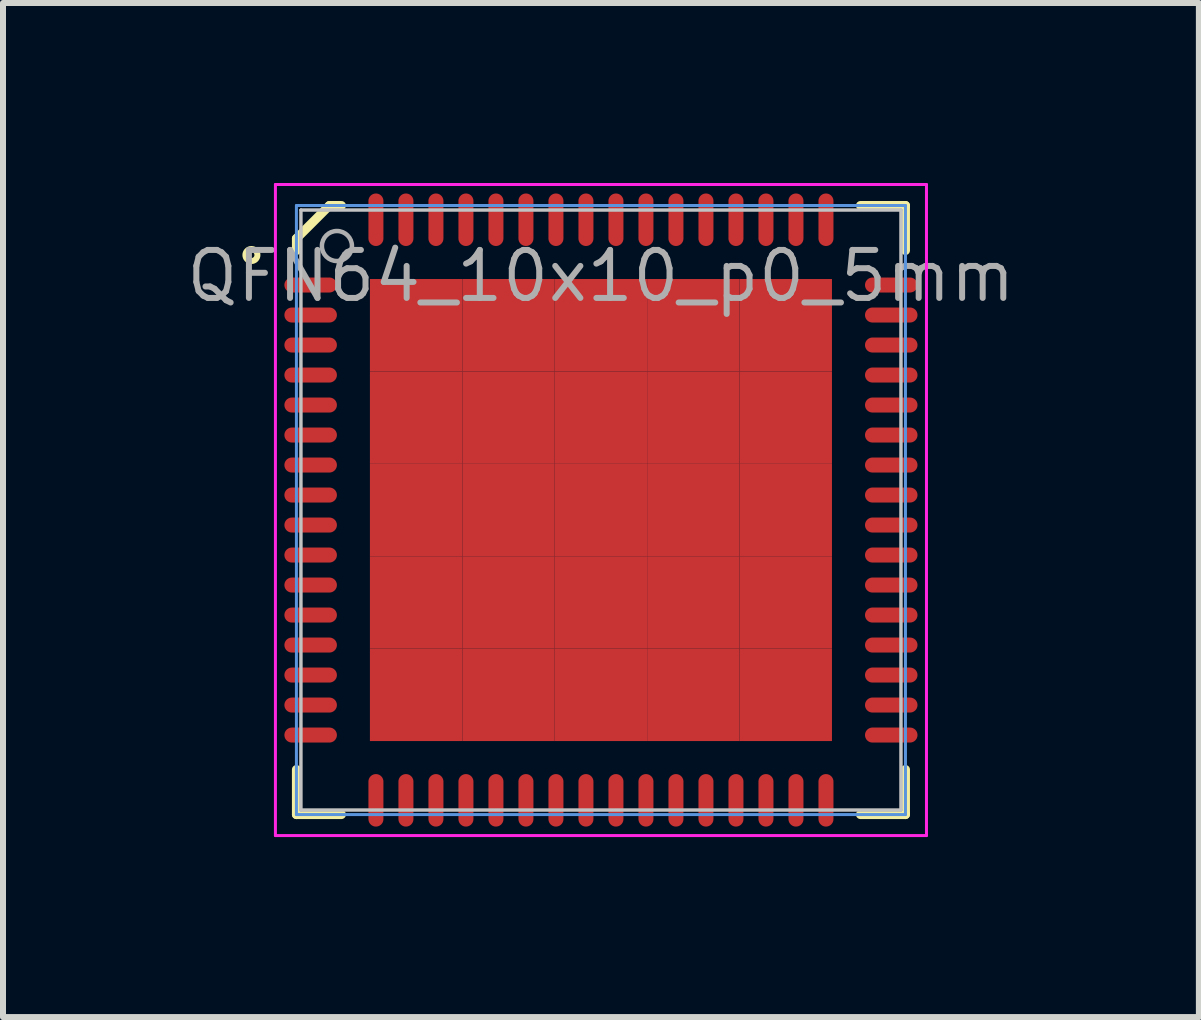
<source format=kicad_pcb>
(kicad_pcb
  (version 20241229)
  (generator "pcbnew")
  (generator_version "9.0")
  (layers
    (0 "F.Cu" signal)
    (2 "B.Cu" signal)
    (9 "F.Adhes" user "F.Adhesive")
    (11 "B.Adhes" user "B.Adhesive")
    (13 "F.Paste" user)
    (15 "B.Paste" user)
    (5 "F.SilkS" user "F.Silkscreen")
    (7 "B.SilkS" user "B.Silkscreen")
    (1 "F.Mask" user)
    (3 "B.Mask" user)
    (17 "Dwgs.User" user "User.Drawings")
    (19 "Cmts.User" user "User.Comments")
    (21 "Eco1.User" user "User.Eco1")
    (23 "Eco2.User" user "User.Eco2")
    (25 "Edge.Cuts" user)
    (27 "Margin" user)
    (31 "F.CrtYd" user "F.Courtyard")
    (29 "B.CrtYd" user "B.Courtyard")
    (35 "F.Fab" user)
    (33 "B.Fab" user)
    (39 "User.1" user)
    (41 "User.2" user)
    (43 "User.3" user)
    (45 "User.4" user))
  (footprint "QFN64_10x10_p0_5mm"
    (layer "F.Cu")
    (at 6.965 5.45)
    (property "Reference" "QFN64_10x10_p0_5mm" (at 0 -3.9 0) (layer "F.Fab") (effects (font (size 0.8 0.8) (thickness 0.1))))
    (attr through_hole)
    (fp_line (start -5.075 -4.525) (end -5.075 -4.325) (stroke (width 0.15) (type solid)) (layer "F.SilkS"))
    (fp_line (start -5.075 -4.525) (end -4.525 -5.075) (stroke (width 0.15) (type solid)) (layer "F.SilkS"))
    (fp_line (start -5.075 5.075) (end -5.075 4.325) (stroke (width 0.15) (type solid)) (layer "F.SilkS"))
    (fp_line (start -5.075 5.075) (end -4.325 5.075) (stroke (width 0.15) (type solid)) (layer "F.SilkS"))
    (fp_line (start -4.325 -5.075) (end -4.525 -5.075) (stroke (width 0.15) (type solid)) (layer "F.SilkS"))
    (fp_line (start 5.075 -5.075) (end 4.325 -5.075) (stroke (width 0.15) (type solid)) (layer "F.SilkS"))
    (fp_line (start 5.075 -5.075) (end 5.075 -4.325) (stroke (width 0.15) (type solid)) (layer "F.SilkS"))
    (fp_line (start 5.075 5.075) (end 4.325 5.075) (stroke (width 0.15) (type solid)) (layer "F.SilkS"))
    (fp_line (start 5.075 5.075) (end 5.075 4.325) (stroke (width 0.15) (type solid)) (layer "F.SilkS"))
    (fp_circle (center -5.825 -4.25) (end -5.754 -4.179) (stroke (width 0.1) (type solid)) (fill no) (layer "F.SilkS"))
    (fp_line (start -5 -5) (end -5 5) (stroke (width 0.05) (type solid)) (layer "Dwgs.User"))
    (fp_line (start -5 -5) (end 5 -5) (stroke (width 0.05) (type solid)) (layer "Dwgs.User"))
    (fp_line (start -5 5) (end 5 5) (stroke (width 0.05) (type solid)) (layer "Dwgs.User"))
    (fp_line (start 5 -5) (end 5 5) (stroke (width 0.05) (type solid)) (layer "Dwgs.User"))
    (fp_line (start -5.075 -5.075) (end -5.075 5.075) (stroke (width 0.05) (type solid)) (layer "Cmts.User"))
    (fp_line (start -5.075 -5.075) (end 5.075 -5.075) (stroke (width 0.05) (type solid)) (layer "Cmts.User"))
    (fp_line (start -5.075 5.075) (end 5.075 5.075) (stroke (width 0.05) (type solid)) (layer "Cmts.User"))
    (fp_line (start 5.075 -5.075) (end 5.075 5.075) (stroke (width 0.05) (type solid)) (layer "Cmts.User"))
    (fp_line (start -4.925 -4.925) (end -4.925 4.925) (stroke (width 0.05) (type solid)) (layer "Eco1.User"))
    (fp_line (start -4.925 -4.925) (end 4.925 -4.925) (stroke (width 0.05) (type solid)) (layer "Eco1.User"))
    (fp_line (start -4.925 4.925) (end 4.925 4.925) (stroke (width 0.05) (type solid)) (layer "Eco1.User"))
    (fp_line (start 4.925 -4.925) (end 4.925 4.925) (stroke (width 0.05) (type solid)) (layer "Eco1.User"))
    (fp_line (start -5.425 -5.425) (end -5.425 5.425) (stroke (width 0.05) (type solid)) (layer "F.CrtYd"))
    (fp_line (start -5.425 -5.425) (end 5.425 -5.425) (stroke (width 0.05) (type solid)) (layer "F.CrtYd"))
    (fp_line (start -5.425 5.425) (end 5.425 5.425) (stroke (width 0.05) (type solid)) (layer "F.CrtYd"))
    (fp_line (start 5.425 -5.425) (end 5.425 5.425) (stroke (width 0.05) (type solid)) (layer "F.CrtYd"))
    (fp_line (start -5 -5) (end -5 5) (stroke (width 0.05) (type solid)) (layer "F.Fab"))
    (fp_line (start -5 -5) (end 5 -5) (stroke (width 0.05) (type solid)) (layer "F.Fab"))
    (fp_line (start -5 5) (end 5 5) (stroke (width 0.05) (type solid)) (layer "F.Fab"))
    (fp_line (start 5 -5) (end 5 5) (stroke (width 0.05) (type solid)) (layer "F.Fab"))
    (fp_circle (center -4.4 -4.4) (end -4.223 -4.223) (stroke (width 0.075) (type solid)) (fill no) (layer "F.Fab"))
    (pad "1" smd oval (at -4.838 -3.75 180) (size 0.875 0.25) (layers "F.Cu" "F.Mask" "F.Paste"))
    (pad "2" smd oval (at -4.838 -3.25 180) (size 0.875 0.25) (layers "F.Cu" "F.Mask" "F.Paste"))
    (pad "3" smd oval (at -4.838 -2.75 180) (size 0.875 0.25) (layers "F.Cu" "F.Mask" "F.Paste"))
    (pad "4" smd oval (at -4.838 -2.25 180) (size 0.875 0.25) (layers "F.Cu" "F.Mask" "F.Paste"))
    (pad "5" smd oval (at -4.838 -1.75 180) (size 0.875 0.25) (layers "F.Cu" "F.Mask" "F.Paste"))
    (pad "6" smd oval (at -4.838 -1.25 180) (size 0.875 0.25) (layers "F.Cu" "F.Mask" "F.Paste"))
    (pad "7" smd oval (at -4.838 -0.75 180) (size 0.875 0.25) (layers "F.Cu" "F.Mask" "F.Paste"))
    (pad "8" smd oval (at -4.838 -0.25 180) (size 0.875 0.25) (layers "F.Cu" "F.Mask" "F.Paste"))
    (pad "9" smd oval (at -4.838 0.25 180) (size 0.875 0.25) (layers "F.Cu" "F.Mask" "F.Paste"))
    (pad "10" smd oval (at -4.838 0.75 180) (size 0.875 0.25) (layers "F.Cu" "F.Mask" "F.Paste"))
    (pad "11" smd oval (at -4.838 1.25 180) (size 0.875 0.25) (layers "F.Cu" "F.Mask" "F.Paste"))
    (pad "12" smd oval (at -4.838 1.75 180) (size 0.875 0.25) (layers "F.Cu" "F.Mask" "F.Paste"))
    (pad "13" smd oval (at -4.838 2.25 180) (size 0.875 0.25) (layers "F.Cu" "F.Mask" "F.Paste"))
    (pad "14" smd oval (at -4.838 2.75 180) (size 0.875 0.25) (layers "F.Cu" "F.Mask" "F.Paste"))
    (pad "15" smd oval (at -4.838 3.25 180) (size 0.875 0.25) (layers "F.Cu" "F.Mask" "F.Paste"))
    (pad "16" smd oval (at -4.838 3.75 180) (size 0.875 0.25) (layers "F.Cu" "F.Mask" "F.Paste"))
    (pad "17" smd oval (at -3.75 4.838 270) (size 0.875 0.25) (layers "F.Cu" "F.Mask" "F.Paste"))
    (pad "18" smd oval (at -3.25 4.838 270) (size 0.875 0.25) (layers "F.Cu" "F.Mask" "F.Paste"))
    (pad "19" smd oval (at -2.75 4.838 270) (size 0.875 0.25) (layers "F.Cu" "F.Mask" "F.Paste"))
    (pad "20" smd oval (at -2.25 4.838 270) (size 0.875 0.25) (layers "F.Cu" "F.Mask" "F.Paste"))
    (pad "21" smd oval (at -1.75 4.838 270) (size 0.875 0.25) (layers "F.Cu" "F.Mask" "F.Paste"))
    (pad "22" smd oval (at -1.25 4.838 270) (size 0.875 0.25) (layers "F.Cu" "F.Mask" "F.Paste"))
    (pad "23" smd oval (at -0.75 4.838 270) (size 0.875 0.25) (layers "F.Cu" "F.Mask" "F.Paste"))
    (pad "24" smd oval (at -0.25 4.838 270) (size 0.875 0.25) (layers "F.Cu" "F.Mask" "F.Paste"))
    (pad "25" smd oval (at 0.25 4.838 270) (size 0.875 0.25) (layers "F.Cu" "F.Mask" "F.Paste"))
    (pad "26" smd oval (at 0.75 4.838 270) (size 0.875 0.25) (layers "F.Cu" "F.Mask" "F.Paste"))
    (pad "27" smd oval (at 1.25 4.838 270) (size 0.875 0.25) (layers "F.Cu" "F.Mask" "F.Paste"))
    (pad "28" smd oval (at 1.75 4.838 270) (size 0.875 0.25) (layers "F.Cu" "F.Mask" "F.Paste"))
    (pad "29" smd oval (at 2.25 4.838 270) (size 0.875 0.25) (layers "F.Cu" "F.Mask" "F.Paste"))
    (pad "30" smd oval (at 2.75 4.838 270) (size 0.875 0.25) (layers "F.Cu" "F.Mask" "F.Paste"))
    (pad "31" smd oval (at 3.25 4.838 270) (size 0.875 0.25) (layers "F.Cu" "F.Mask" "F.Paste"))
    (pad "32" smd oval (at 3.75 4.838 270) (size 0.875 0.25) (layers "F.Cu" "F.Mask" "F.Paste"))
    (pad "33" smd oval (at 4.838 3.75) (size 0.875 0.25) (layers "F.Cu" "F.Mask" "F.Paste"))
    (pad "34" smd oval (at 4.838 3.25) (size 0.875 0.25) (layers "F.Cu" "F.Mask" "F.Paste"))
    (pad "35" smd oval (at 4.838 2.75) (size 0.875 0.25) (layers "F.Cu" "F.Mask" "F.Paste"))
    (pad "36" smd oval (at 4.838 2.25) (size 0.875 0.25) (layers "F.Cu" "F.Mask" "F.Paste"))
    (pad "37" smd oval (at 4.838 1.75) (size 0.875 0.25) (layers "F.Cu" "F.Mask" "F.Paste"))
    (pad "38" smd oval (at 4.838 1.25) (size 0.875 0.25) (layers "F.Cu" "F.Mask" "F.Paste"))
    (pad "39" smd oval (at 4.838 0.75) (size 0.875 0.25) (layers "F.Cu" "F.Mask" "F.Paste"))
    (pad "40" smd oval (at 4.838 0.25) (size 0.875 0.25) (layers "F.Cu" "F.Mask" "F.Paste"))
    (pad "41" smd oval (at 4.838 -0.25) (size 0.875 0.25) (layers "F.Cu" "F.Mask" "F.Paste"))
    (pad "42" smd oval (at 4.838 -0.75) (size 0.875 0.25) (layers "F.Cu" "F.Mask" "F.Paste"))
    (pad "43" smd oval (at 4.838 -1.25) (size 0.875 0.25) (layers "F.Cu" "F.Mask" "F.Paste"))
    (pad "44" smd oval (at 4.838 -1.75) (size 0.875 0.25) (layers "F.Cu" "F.Mask" "F.Paste"))
    (pad "45" smd oval (at 4.838 -2.25) (size 0.875 0.25) (layers "F.Cu" "F.Mask" "F.Paste"))
    (pad "46" smd oval (at 4.838 -2.75) (size 0.875 0.25) (layers "F.Cu" "F.Mask" "F.Paste"))
    (pad "47" smd oval (at 4.838 -3.25) (size 0.875 0.25) (layers "F.Cu" "F.Mask" "F.Paste"))
    (pad "48" smd oval (at 4.838 -3.75) (size 0.875 0.25) (layers "F.Cu" "F.Mask" "F.Paste"))
    (pad "49" smd oval (at 3.75 -4.838 90) (size 0.875 0.25) (layers "F.Cu" "F.Mask" "F.Paste"))
    (pad "50" smd oval (at 3.25 -4.838 90) (size 0.875 0.25) (layers "F.Cu" "F.Mask" "F.Paste"))
    (pad "51" smd oval (at 2.75 -4.838 90) (size 0.875 0.25) (layers "F.Cu" "F.Mask" "F.Paste"))
    (pad "52" smd oval (at 2.25 -4.838 90) (size 0.875 0.25) (layers "F.Cu" "F.Mask" "F.Paste"))
    (pad "53" smd oval (at 1.75 -4.838 90) (size 0.875 0.25) (layers "F.Cu" "F.Mask" "F.Paste"))
    (pad "54" smd oval (at 1.25 -4.838 90) (size 0.875 0.25) (layers "F.Cu" "F.Mask" "F.Paste"))
    (pad "55" smd oval (at 0.75 -4.838 90) (size 0.875 0.25) (layers "F.Cu" "F.Mask" "F.Paste"))
    (pad "56" smd oval (at 0.25 -4.838 90) (size 0.875 0.25) (layers "F.Cu" "F.Mask" "F.Paste"))
    (pad "57" smd oval (at -0.25 -4.838 90) (size 0.875 0.25) (layers "F.Cu" "F.Mask" "F.Paste"))
    (pad "58" smd oval (at -0.75 -4.838 90) (size 0.875 0.25) (layers "F.Cu" "F.Mask" "F.Paste"))
    (pad "59" smd oval (at -1.25 -4.838 90) (size 0.875 0.25) (layers "F.Cu" "F.Mask" "F.Paste"))
    (pad "60" smd oval (at -1.75 -4.838 90) (size 0.875 0.25) (layers "F.Cu" "F.Mask" "F.Paste"))
    (pad "61" smd oval (at -2.25 -4.838 90) (size 0.875 0.25) (layers "F.Cu" "F.Mask" "F.Paste"))
    (pad "62" smd oval (at -2.75 -4.838 90) (size 0.875 0.25) (layers "F.Cu" "F.Mask" "F.Paste"))
    (pad "63" smd oval (at -3.25 -4.838 90) (size 0.875 0.25) (layers "F.Cu" "F.Mask" "F.Paste"))
    (pad "64" smd oval (at -3.75 -4.838 90) (size 0.875 0.25) (layers "F.Cu" "F.Mask" "F.Paste"))
    (pad "65" smd rect (at -3.08 -3.08) (size 1.54 1.54) (layers "F.Cu" "F.Mask" "F.Paste"))
    (pad "65" smd rect (at -3.08 -1.54) (size 1.54 1.54) (layers "F.Cu" "F.Mask" "F.Paste"))
    (pad "65" smd rect (at -3.08 0) (size 1.54 1.54) (layers "F.Cu" "F.Mask" "F.Paste"))
    (pad "65" smd rect (at -3.08 1.54) (size 1.54 1.54) (layers "F.Cu" "F.Mask" "F.Paste"))
    (pad "65" smd rect (at -3.08 3.08) (size 1.54 1.54) (layers "F.Cu" "F.Mask" "F.Paste"))
    (pad "65" smd rect (at -1.54 -3.08) (size 1.54 1.54) (layers "F.Cu" "F.Mask" "F.Paste"))
    (pad "65" smd rect (at -1.54 -1.54) (size 1.54 1.54) (layers "F.Cu" "F.Mask" "F.Paste"))
    (pad "65" smd rect (at -1.54 0) (size 1.54 1.54) (layers "F.Cu" "F.Mask" "F.Paste"))
    (pad "65" smd rect (at -1.54 1.54) (size 1.54 1.54) (layers "F.Cu" "F.Mask" "F.Paste"))
    (pad "65" smd rect (at -1.54 3.08) (size 1.54 1.54) (layers "F.Cu" "F.Mask" "F.Paste"))
    (pad "65" smd rect (at 0 -3.08) (size 1.54 1.54) (layers "F.Cu" "F.Mask" "F.Paste"))
    (pad "65" smd rect (at 0 -1.54) (size 1.54 1.54) (layers "F.Cu" "F.Mask" "F.Paste"))
    (pad "65" smd rect (at 0 0) (size 1.54 1.54) (layers "F.Cu" "F.Mask" "F.Paste"))
    (pad "65" smd rect (at 0 1.54) (size 1.54 1.54) (layers "F.Cu" "F.Mask" "F.Paste"))
    (pad "65" smd rect (at 0 3.08) (size 1.54 1.54) (layers "F.Cu" "F.Mask" "F.Paste"))
    (pad "65" smd rect (at 1.54 -3.08) (size 1.54 1.54) (layers "F.Cu" "F.Mask" "F.Paste"))
    (pad "65" smd rect (at 1.54 -1.54) (size 1.54 1.54) (layers "F.Cu" "F.Mask" "F.Paste"))
    (pad "65" smd rect (at 1.54 0) (size 1.54 1.54) (layers "F.Cu" "F.Mask" "F.Paste"))
    (pad "65" smd rect (at 1.54 1.54) (size 1.54 1.54) (layers "F.Cu" "F.Mask" "F.Paste"))
    (pad "65" smd rect (at 1.54 3.08) (size 1.54 1.54) (layers "F.Cu" "F.Mask" "F.Paste"))
    (pad "65" smd rect (at 3.08 -3.08) (size 1.54 1.54) (layers "F.Cu" "F.Mask" "F.Paste"))
    (pad "65" smd rect (at 3.08 -1.54) (size 1.54 1.54) (layers "F.Cu" "F.Mask" "F.Paste"))
    (pad "65" smd rect (at 3.08 0) (size 1.54 1.54) (layers "F.Cu" "F.Mask" "F.Paste"))
    (pad "65" smd rect (at 3.08 1.54) (size 1.54 1.54) (layers "F.Cu" "F.Mask" "F.Paste"))
    (pad "65" smd rect (at 3.08 3.08) (size 1.54 1.54) (layers "F.Cu" "F.Mask" "F.Paste")))
  (gr_rect
    (start -3 -3)
    (end 16.93 13.9)
    (stroke (width 0.1) (type default))
    (fill no)
    (layer "Edge.Cuts")))
</source>
